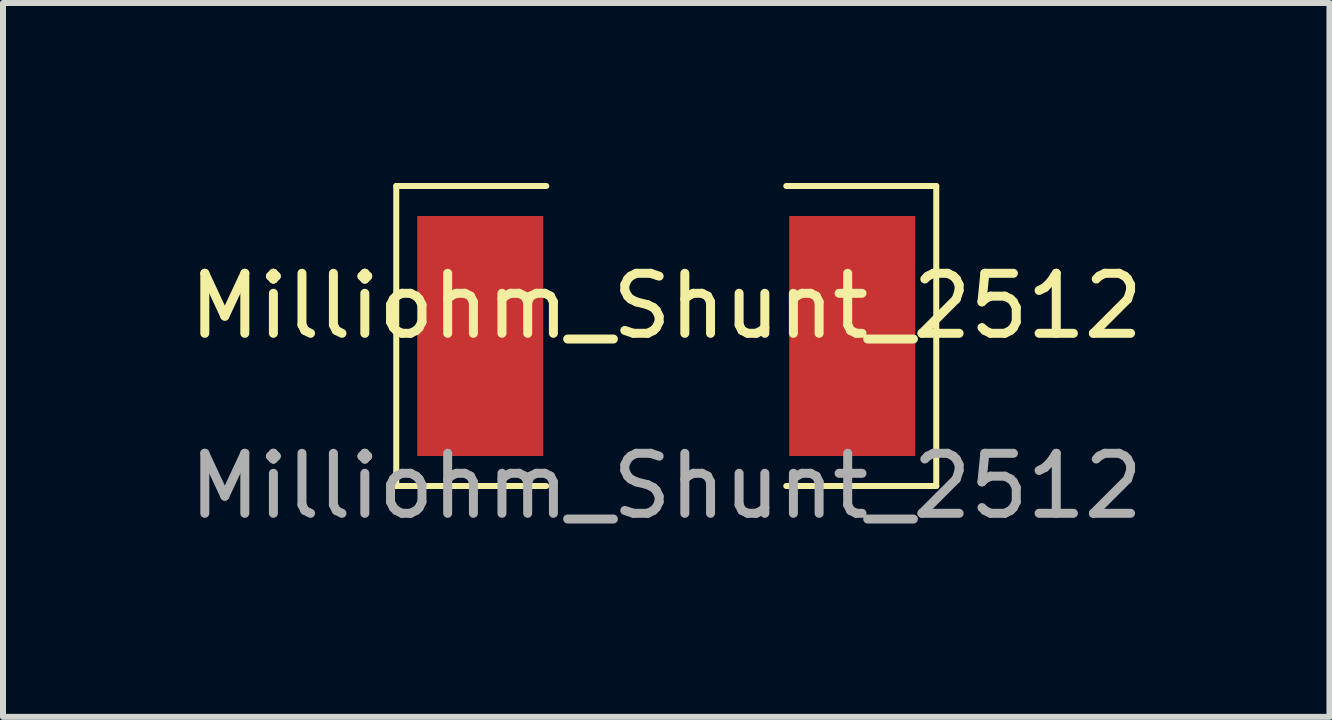
<source format=kicad_pcb>
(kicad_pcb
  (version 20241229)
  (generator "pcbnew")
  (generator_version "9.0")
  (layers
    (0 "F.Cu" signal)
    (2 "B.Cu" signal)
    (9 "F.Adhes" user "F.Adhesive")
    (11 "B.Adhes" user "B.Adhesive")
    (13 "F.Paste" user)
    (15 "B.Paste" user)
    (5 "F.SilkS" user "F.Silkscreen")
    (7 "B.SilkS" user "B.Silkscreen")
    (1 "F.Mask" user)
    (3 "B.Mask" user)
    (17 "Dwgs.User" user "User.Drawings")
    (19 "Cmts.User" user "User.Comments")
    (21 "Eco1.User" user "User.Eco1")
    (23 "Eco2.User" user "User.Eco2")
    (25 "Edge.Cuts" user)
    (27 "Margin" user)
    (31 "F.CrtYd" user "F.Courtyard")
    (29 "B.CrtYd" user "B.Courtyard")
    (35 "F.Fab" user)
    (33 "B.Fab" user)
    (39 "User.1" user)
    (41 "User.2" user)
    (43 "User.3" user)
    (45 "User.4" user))
  (footprint "Milliohm_Shunt_2512"
    (layer "F.Cu")
    (at 8.054 2.55)
    (property "Reference" "Milliohm_Shunt_2512" (at 0 -0.5 0) (unlocked yes) (layer "F.SilkS") (effects (font (size 1 1) (thickness 0.15))))
    (attr smd)
    (fp_line (start -4.5 -2.5) (end -2 -2.5) (stroke (width 0.1) (type default)) (layer "F.SilkS"))
    (fp_line (start -4.5 2.5) (end -4.5 -2.5) (stroke (width 0.1) (type default)) (layer "F.SilkS"))
    (fp_line (start -2 2.5) (end -4.5 2.5) (stroke (width 0.1) (type default)) (layer "F.SilkS"))
    (fp_line (start 2 -2.5) (end 4.5 -2.5) (stroke (width 0.1) (type default)) (layer "F.SilkS"))
    (fp_line (start 4.5 -2.5) (end 4.5 2.5) (stroke (width 0.1) (type default)) (layer "F.SilkS"))
    (fp_line (start 4.5 2.5) (end 2 2.5) (stroke (width 0.1) (type default)) (layer "F.SilkS"))
    (fp_text user "${REFERENCE}" (at 0 2.5 0) (unlocked yes) (layer "F.Fab") (effects (font (size 1 1) (thickness 0.15))))
    (pad "1" smd rect (at -3.1 0) (size 2.1 4) (layers "F.Cu" "F.Mask" "F.Paste"))
    (pad "2" smd rect (at 3.1 0) (size 2.1 4) (layers "F.Cu" "F.Mask" "F.Paste")))
  (gr_rect
    (start -3 -3)
    (end 19.107 8.898)
    (stroke (width 0.1) (type default))
    (fill no)
    (layer "Edge.Cuts")))
</source>
